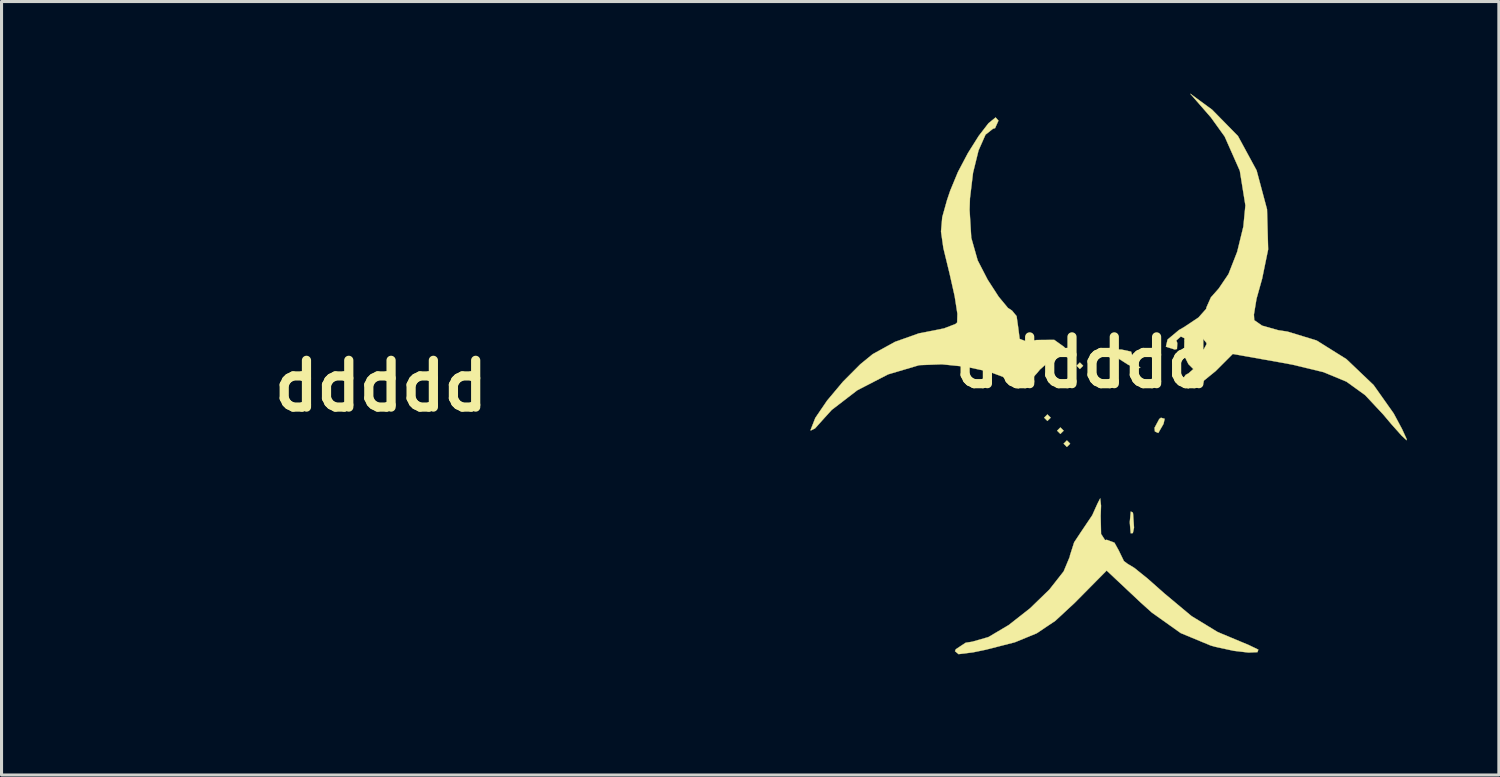
<source format=kicad_pcb>
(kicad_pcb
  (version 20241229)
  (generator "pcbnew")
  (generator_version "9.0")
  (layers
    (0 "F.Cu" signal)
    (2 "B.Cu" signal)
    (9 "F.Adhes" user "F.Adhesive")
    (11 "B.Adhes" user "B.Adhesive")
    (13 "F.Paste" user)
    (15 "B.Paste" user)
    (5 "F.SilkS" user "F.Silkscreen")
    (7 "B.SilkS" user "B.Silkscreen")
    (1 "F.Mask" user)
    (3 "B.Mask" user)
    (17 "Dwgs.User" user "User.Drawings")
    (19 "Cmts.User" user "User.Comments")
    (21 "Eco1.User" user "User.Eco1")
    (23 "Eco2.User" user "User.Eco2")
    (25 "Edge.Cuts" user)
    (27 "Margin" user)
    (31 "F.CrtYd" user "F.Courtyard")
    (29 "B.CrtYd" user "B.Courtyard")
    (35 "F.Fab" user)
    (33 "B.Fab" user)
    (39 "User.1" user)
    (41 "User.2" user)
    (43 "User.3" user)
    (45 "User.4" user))
  (footprint "ddddd"
    (layer "F.Cu")
    (at 9.371 9.53)
    (property "Reference" "ddddd" (at 0 0 0) (layer "F.SilkS") (effects (font (size 1.524 1.524) (thickness 0.3))))
    (attr through_hole)
    (fp_poly (pts (xy -7.62 6.032) (xy -7.726 6.138) (xy -7.832 6.032) (xy -7.726 5.927) (xy -7.62 6.032)) (stroke (width 0.01) (type solid)) (fill no) (layer "Eco2.User"))
    (fp_poly (pts (xy -5.503 1.587) (xy -5.609 1.693) (xy -5.715 1.587) (xy -5.609 1.482) (xy -5.503 1.587)) (stroke (width 0.01) (type solid)) (fill no) (layer "Eco2.User"))
    (fp_poly (pts (xy -5.292 7.938) (xy -5.397 8.043) (xy -5.503 7.938) (xy -5.397 7.832) (xy -5.292 7.938)) (stroke (width 0.01) (type solid)) (fill no) (layer "Eco2.User"))
    (fp_poly (pts (xy -0.635 -9.419) (xy -0.741 -9.313) (xy -0.847 -9.419) (xy -0.741 -9.525) (xy -0.635 -9.419)) (stroke (width 0.01) (type solid)) (fill no) (layer "Eco2.User"))
    (fp_poly (pts (xy 2.328 -9.419) (xy 2.223 -9.313) (xy 2.117 -9.419) (xy 2.223 -9.525) (xy 2.328 -9.419)) (stroke (width 0.01) (type solid)) (fill no) (layer "Eco2.User"))
    (fp_poly (pts (xy 9.525 7.938) (xy 9.419 8.043) (xy 9.313 7.938) (xy 9.419 7.832) (xy 9.525 7.938)) (stroke (width 0.01) (type solid)) (fill no) (layer "Eco2.User"))
    (fp_poly (pts (xy -6.231 1.817) (xy -6.458 2.071) (xy -6.888 2.497) (xy -7.342 3.025) (xy -7.357 3.045) (xy -7.659 3.38) (xy -7.822 3.456) (xy -7.832 3.423) (xy -7.694 3.11) (xy -7.356 2.657) (xy -6.93 2.188) (xy -6.528 1.829) (xy -6.275 1.7) (xy -6.231 1.817)) (stroke (width 0.01) (type solid)) (fill no) (layer "Eco2.User"))
    (fp_poly (pts (xy 2.892 -9.251) (xy 3.355 -8.995) (xy 3.924 -8.62) (xy 4.913 -7.72) (xy 5.587 -6.768) (xy 5.9 -6.139) (xy 6.101 -5.499) (xy 6.201 -4.755) (xy 6.209 -3.815) (xy 6.135 -2.585) (xy 6.088 -2.022) (xy 6.105 -1.576) (xy 6.344 -1.356) (xy 6.703 -1.259) (xy 7.685 -0.905) (xy 8.703 -0.296) (xy 9.586 0.453) (xy 9.946 0.876) (xy 10.319 1.53) (xy 10.646 2.339) (xy 10.884 3.165) (xy 10.993 3.87) (xy 10.957 4.257) (xy 10.846 4.263) (xy 10.689 3.935) (xy 10.617 3.704) (xy 10.107 2.536) (xy 9.317 1.536) (xy 8.33 0.773) (xy 7.228 0.315) (xy 6.435 0.214) (xy 5.159 0.412) (xy 3.996 0.978) (xy 3.029 1.859) (xy 2.413 2.833) (xy 2.011 3.97) (xy 1.955 5.009) (xy 2.244 6.092) (xy 2.403 6.458) (xy 3.143 7.585) (xy 4.136 8.404) (xy 5.315 8.884) (xy 6.613 8.996) (xy 7.662 8.811) (xy 8.406 8.615) (xy 8.773 8.567) (xy 8.754 8.663) (xy 8.342 8.894) (xy 7.959 9.07) (xy 6.41 9.56) (xy 4.923 9.64) (xy 3.523 9.314) (xy 2.235 8.588) (xy 1.723 8.153) (xy 0.748 7.231) (xy -0.235 8.151) (xy -1.468 9.042) (xy -2.83 9.556) (xy -4.26 9.677) (xy -5.186 9.539) (xy -5.679 9.379) (xy -6.257 9.14) (xy -6.787 8.884) (xy -7.133 8.674) (xy -7.197 8.598) (xy -7.012 8.609) (xy -6.538 8.712) (xy -6.085 8.827) (xy -4.777 8.996) (xy -3.582 8.811) (xy -2.532 8.33) (xy -1.659 7.607) (xy -0.996 6.699) (xy -0.575 5.661) (xy -0.428 4.549) (xy -0.586 3.419) (xy -1.083 2.326) (xy -1.716 1.571) (xy -0.493 1.571) (xy -0.286 2.223) (xy 0.085 2.59) (xy 0.664 2.757) (xy 1.3 2.644) (xy 1.782 2.289) (xy 1.787 2.281) (xy 2.092 1.573) (xy 2.02 0.945) (xy 1.617 0.467) (xy 0.93 0.207) (xy 0.376 0.187) (xy 0.036 0.378) (xy -0.297 0.808) (xy -0.318 0.849) (xy -0.493 1.571) (xy -1.716 1.571) (xy -1.825 1.44) (xy -2.936 0.657) (xy -4.146 0.28) (xy -5.425 0.316) (xy -6.745 0.766) (xy -6.756 0.772) (xy -7.565 1.307) (xy -8.282 2.015) (xy -8.82 2.788) (xy -9.089 3.515) (xy -9.105 3.693) (xy -9.145 3.969) (xy -9.282 3.853) (xy -9.292 3.837) (xy -9.366 3.431) (xy -9.283 2.827) (xy -9.271 2.778) (xy -8.683 1.368) (xy -7.766 0.192) (xy -6.568 -0.7) (xy -5.169 -1.252) (xy -4.58 -1.43) (xy -4.332 -1.608) (xy -4.344 -1.845) (xy -4.351 -1.86) (xy -4.51 -2.492) (xy -4.596 -3.383) (xy -4.607 -4.371) (xy -4.539 -5.299) (xy -4.429 -5.882) (xy -4.104 -6.606) (xy -3.558 -7.402) (xy -2.889 -8.161) (xy -2.193 -8.776) (xy -1.57 -9.136) (xy -1.485 -9.162) (xy -1.255 -9.189) (xy -1.298 -9.055) (xy -1.64 -8.723) (xy -1.937 -8.465) (xy -2.86 -7.431) (xy -3.418 -6.255) (xy -3.595 -5) (xy -3.376 -3.73) (xy -3.197 -3.281) (xy -2.466 -2.143) (xy -1.516 -1.322) (xy -0.416 -0.828) (xy 0.764 -0.672) (xy 1.954 -0.863) (xy 3.084 -1.413) (xy 3.985 -2.213) (xy 4.605 -3.022) (xy 4.944 -3.787) (xy 5.072 -4.696) (xy 5.08 -5.102) (xy 4.892 -6.364) (xy 4.317 -7.515) (xy 3.401 -8.534) (xy 2.902 -9.018) (xy 2.737 -9.258) (xy 2.892 -9.251)) (stroke (width 0.01) (type solid)) (fill no) (layer "Eco2.User")))
  (footprint "dddddd"
    (layer "F.Cu")
    (at 32.256 8.766)
    (property "Reference" "dddddd" (at 0 0 0) (layer "F.SilkS") (effects (font (size 1.524 1.524) (thickness 0.3))))
    (attr through_hole)
    (fp_poly (pts (xy -1.058 1.799) (xy -1.164 1.905) (xy -1.27 1.799) (xy -1.164 1.693) (xy -1.058 1.799)) (stroke (width 0.01) (type solid)) (fill yes) (layer "F.SilkS"))
    (fp_poly (pts (xy -0.635 2.223) (xy -0.741 2.328) (xy -0.847 2.223) (xy -0.741 2.117) (xy -0.635 2.223)) (stroke (width 0.01) (type solid)) (fill yes) (layer "F.SilkS"))
    (fp_poly (pts (xy -0.423 2.646) (xy -0.529 2.752) (xy -0.635 2.646) (xy -0.529 2.54) (xy -0.423 2.646)) (stroke (width 0.01) (type solid)) (fill yes) (layer "F.SilkS"))
    (fp_poly (pts (xy 0 0.106) (xy -0.106 0.212) (xy -0.212 0.106) (xy -0.106 0) (xy 0 0.106)) (stroke (width 0.01) (type solid)) (fill yes) (layer "F.SilkS"))
    (fp_poly (pts (xy 2.658 1.835) (xy 2.621 2) (xy 2.45 2.298) (xy 2.34 2.248) (xy 2.328 2.129) (xy 2.482 1.842) (xy 2.538 1.801) (xy 2.658 1.835)) (stroke (width 0.01) (type solid)) (fill yes) (layer "F.SilkS"))
    (fp_poly (pts (xy 1.618 4.889) (xy 1.628 4.925) (xy 1.659 5.386) (xy 1.621 5.56) (xy 1.551 5.567) (xy 1.523 5.236) (xy 1.523 5.186) (xy 1.553 4.858) (xy 1.618 4.889)) (stroke (width 0.01) (type solid)) (fill yes) (layer "F.SilkS"))
    (fp_poly (pts (xy 1.564 -0.354) (xy 1.599 -0.23) (xy 1.643 0.007) (xy 1.745 0.071) (xy 1.867 0.171) (xy 1.799 0.188) (xy 1.48 0.079) (xy 1.177 -0.113) (xy 0.899 -0.344) (xy 0.981 -0.418) (xy 1.242 -0.423) (xy 1.564 -0.354)) (stroke (width 0.01) (type solid)) (fill yes) (layer "F.SilkS"))
    (fp_poly (pts (xy 0.584 4.668) (xy 0.572 5.001) (xy 0.585 5.589) (xy 0.715 5.79) (xy 0.771 5.78) (xy 1.021 5.874) (xy 1.159 6.123) (xy 1.329 6.472) (xy 1.448 6.562) (xy 1.668 6.695) (xy 2.101 7.043) (xy 2.65 7.529) (xy 3.533 8.266) (xy 4.385 8.786) (xy 5.397 9.209) (xy 5.711 9.36) (xy 5.683 9.442) (xy 5.39 9.455) (xy 4.909 9.398) (xy 4.317 9.27) (xy 4.157 9.225) (xy 3.181 8.82) (xy 2.237 8.149) (xy 1.891 7.838) (xy 0.767 6.782) (xy -0.274 7.834) (xy -0.906 8.42) (xy -1.512 8.827) (xy -2.225 9.12) (xy -3.179 9.364) (xy -3.59 9.449) (xy -4.061 9.507) (xy -4.177 9.41) (xy -4.148 9.346) (xy -3.828 9.135) (xy -3.615 9.102) (xy -3.088 8.951) (xy -2.426 8.559) (xy -1.73 8.013) (xy -1.099 7.401) (xy -0.634 6.809) (xy -0.433 6.327) (xy -0.432 6.3) (xy -0.293 5.864) (xy -0.053 5.501) (xy 0.297 4.981) (xy 0.469 4.599) (xy 0.557 4.429) (xy 0.584 4.668)) (stroke (width 0.01) (type solid)) (fill yes) (layer "F.SilkS"))
    (fp_poly (pts (xy -2.76 -7.885) (xy -2.87 -7.639) (xy -2.938 -7.62) (xy -3.182 -7.426) (xy -3.409 -6.913) (xy -3.588 -6.186) (xy -3.689 -5.35) (xy -3.701 -4.974) (xy -3.646 -4.064) (xy -3.437 -3.329) (xy -3.112 -2.699) (xy -2.753 -2.144) (xy -2.451 -1.779) (xy -2.319 -1.693) (xy -2.169 -1.512) (xy -2.117 -1.147) (xy -2.069 -0.77) (xy -1.838 -0.679) (xy -1.515 -0.733) (xy -0.942 -0.738) (xy -0.616 -0.504) (xy -0.428 -0.243) (xy -0.534 -0.217) (xy -0.634 -0.247) (xy -0.971 -0.158) (xy -1.408 0.231) (xy -1.51 0.354) (xy -1.901 0.778) (xy -2.127 0.846) (xy -2.183 0.766) (xy -2.47 0.521) (xy -3.054 0.303) (xy -3.808 0.14) (xy -4.606 0.059) (xy -5.321 0.086) (xy -5.359 0.092) (xy -6.357 0.387) (xy -7.361 0.905) (xy -8.195 1.546) (xy -8.451 1.828) (xy -8.739 2.149) (xy -8.88 2.218) (xy -8.883 2.198) (xy -8.729 1.805) (xy -8.346 1.243) (xy -7.826 0.623) (xy -7.259 0.054) (xy -6.855 -0.275) (xy -6.134 -0.672) (xy -5.355 -0.949) (xy -5.11 -0.996) (xy -4.534 -1.111) (xy -4.159 -1.256) (xy -4.106 -1.304) (xy -4.098 -1.589) (xy -4.187 -2.161) (xy -4.353 -2.9) (xy -4.365 -2.948) (xy -4.555 -3.729) (xy -4.632 -4.269) (xy -4.592 -4.736) (xy -4.435 -5.297) (xy -4.332 -5.601) (xy -4.081 -6.208) (xy -3.753 -6.829) (xy -3.403 -7.385) (xy -3.085 -7.798) (xy -2.853 -7.988) (xy -2.76 -7.885)) (stroke (width 0.01) (type solid)) (fill yes) (layer "F.SilkS"))
    (fp_poly (pts (xy 4.202 -8.243) (xy 5.047 -7.382) (xy 5.655 -6.261) (xy 5.995 -4.991) (xy 6.031 -3.686) (xy 5.836 -2.735) (xy 5.652 -2.077) (xy 5.567 -1.563) (xy 5.578 -1.38) (xy 5.832 -1.202) (xy 6.358 -1.053) (xy 6.661 -1.007) (xy 7.61 -0.718) (xy 8.582 -0.11) (xy 9.468 0.734) (xy 10.123 1.66) (xy 10.396 2.17) (xy 10.541 2.486) (xy 10.546 2.536) (xy 10.384 2.386) (xy 10.044 2.005) (xy 9.777 1.688) (xy 9.192 1.063) (xy 8.585 0.625) (xy 7.835 0.314) (xy 6.823 0.07) (xy 6.407 -0.007) (xy 4.877 -0.278) (xy 4.315 0.284) (xy 3.832 0.675) (xy 3.428 0.844) (xy 3.198 0.761) (xy 3.175 0.653) (xy 3.34 0.406) (xy 3.44 0.351) (xy 3.593 0.213) (xy 3.432 0.052) (xy 3.266 -0.28) (xy 3.296 -0.493) (xy 3.301 -0.717) (xy 3.671 -0.717) (xy 3.704 -0.635) (xy 3.894 -0.433) (xy 3.928 -0.423) (xy 4.019 -0.587) (xy 4.022 -0.635) (xy 3.859 -0.839) (xy 3.798 -0.847) (xy 3.671 -0.717) (xy 3.301 -0.717) (xy 3.303 -0.791) (xy 3.185 -0.847) (xy 3.038 -0.718) (xy 3.069 -0.635) (xy 3.059 -0.44) (xy 2.988 -0.423) (xy 2.699 -0.515) (xy 2.753 -0.748) (xy 3.123 -1.057) (xy 3.294 -1.156) (xy 3.76 -1.466) (xy 4.009 -1.746) (xy 4.022 -1.8) (xy 4.165 -2.122) (xy 4.423 -2.414) (xy 4.738 -2.881) (xy 5.022 -3.607) (xy 5.223 -4.429) (xy 5.29 -5.121) (xy 5.108 -6.251) (xy 4.614 -7.366) (xy 4.169 -7.985) (xy 3.493 -8.761) (xy 4.202 -8.243)) (stroke (width 0.01) (type solid)) (fill yes) (layer "F.SilkS")))
  (gr_rect
    (start -3 -3)
    (end 45.808 22.212)
    (stroke (width 0.1) (type default))
    (fill no)
    (layer "Edge.Cuts")))
</source>
